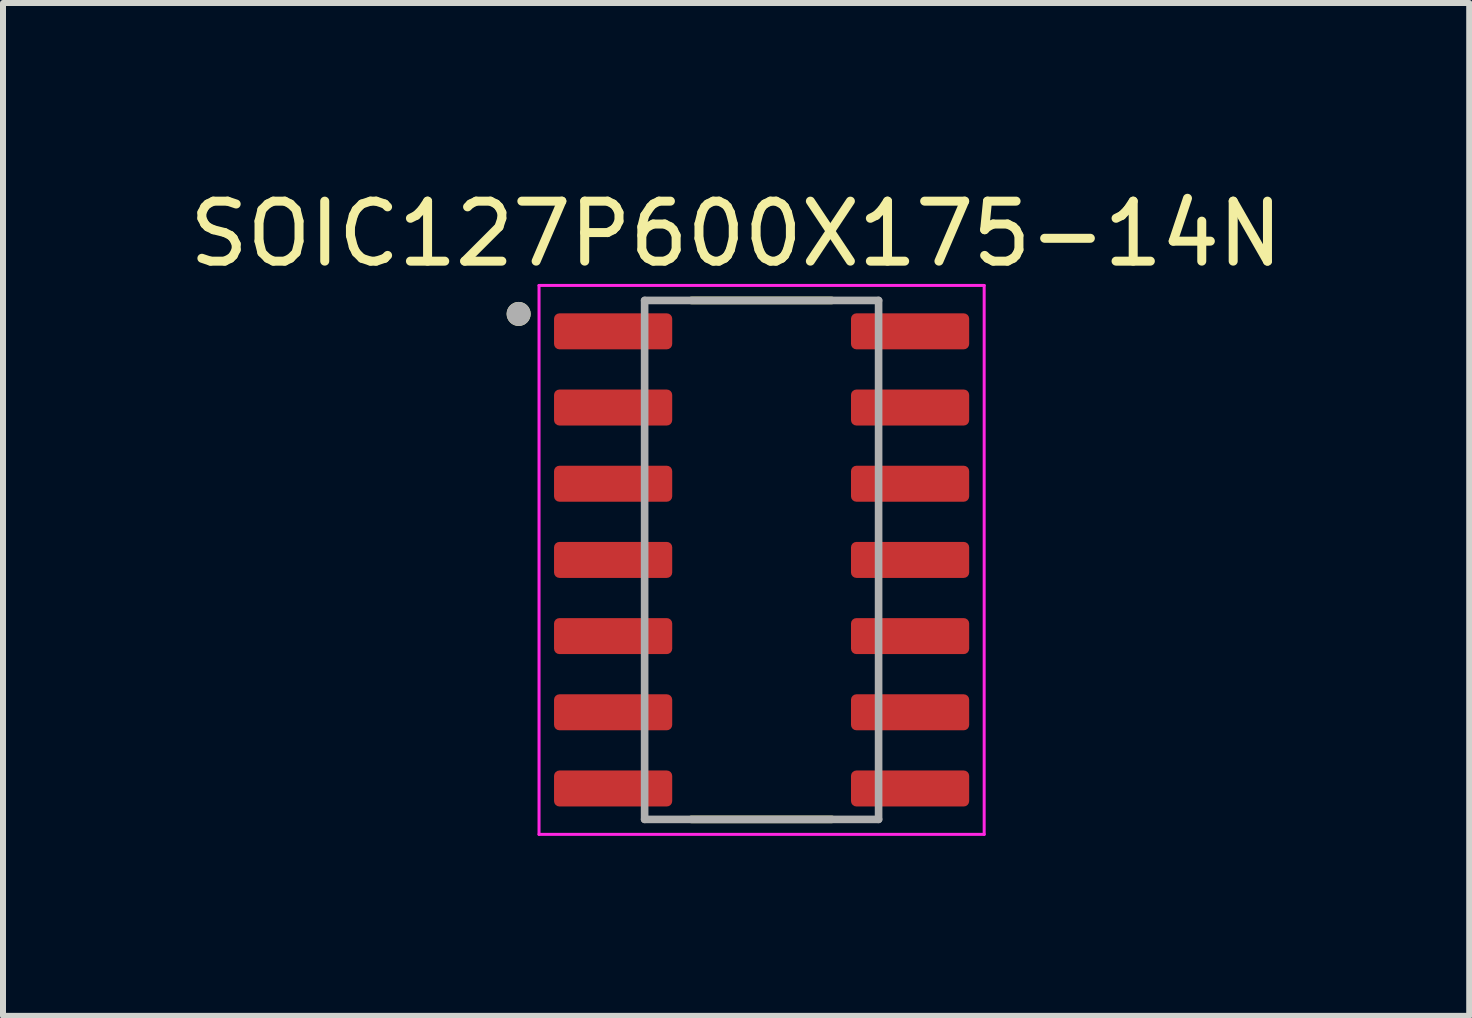
<source format=kicad_pcb>
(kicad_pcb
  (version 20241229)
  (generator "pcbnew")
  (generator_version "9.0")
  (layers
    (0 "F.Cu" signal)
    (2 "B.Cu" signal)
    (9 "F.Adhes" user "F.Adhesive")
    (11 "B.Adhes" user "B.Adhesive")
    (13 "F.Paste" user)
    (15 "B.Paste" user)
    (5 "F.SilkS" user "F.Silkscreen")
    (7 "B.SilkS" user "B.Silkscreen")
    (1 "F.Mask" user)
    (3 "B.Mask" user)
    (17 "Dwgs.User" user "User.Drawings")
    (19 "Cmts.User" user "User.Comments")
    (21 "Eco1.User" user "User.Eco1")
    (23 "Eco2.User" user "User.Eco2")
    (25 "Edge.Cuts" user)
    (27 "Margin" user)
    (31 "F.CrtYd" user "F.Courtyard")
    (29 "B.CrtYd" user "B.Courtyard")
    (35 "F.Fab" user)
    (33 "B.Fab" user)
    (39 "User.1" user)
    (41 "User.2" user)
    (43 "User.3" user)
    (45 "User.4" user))
  (footprint "SOIC127P600X175-14N"
    (layer "F.Cu")
    (at 9.645 6.283)
    (property "Reference" "SOIC127P600X175-14N" (at -0.425 -5.435 0) (layer "F.SilkS") (effects (font (size 1 1) (thickness 0.15))))
    (attr smd)
    (fp_line (start -1.17 -4.325) (end 1.17 -4.325) (stroke (width 0.127) (type solid)) (layer "F.SilkS"))
    (fp_line (start -1.17 4.325) (end 1.17 4.325) (stroke (width 0.127) (type solid)) (layer "F.SilkS"))
    (fp_circle (center -4.05 -4.1) (end -3.95 -4.1) (stroke (width 0.2) (type solid)) (fill no) (layer "F.SilkS"))
    (fp_line (start -3.71 -4.575) (end 3.71 -4.575) (stroke (width 0.05) (type solid)) (layer "F.CrtYd"))
    (fp_line (start -3.71 4.575) (end -3.71 -4.575) (stroke (width 0.05) (type solid)) (layer "F.CrtYd"))
    (fp_line (start 3.71 -4.575) (end 3.71 4.575) (stroke (width 0.05) (type solid)) (layer "F.CrtYd"))
    (fp_line (start 3.71 4.575) (end -3.71 4.575) (stroke (width 0.05) (type solid)) (layer "F.CrtYd"))
    (fp_line (start -1.95 -4.325) (end 1.95 -4.325) (stroke (width 0.127) (type solid)) (layer "F.Fab"))
    (fp_line (start -1.95 4.325) (end -1.95 -4.325) (stroke (width 0.127) (type solid)) (layer "F.Fab"))
    (fp_line (start 1.95 -4.325) (end 1.95 4.325) (stroke (width 0.127) (type solid)) (layer "F.Fab"))
    (fp_line (start 1.95 4.325) (end -1.95 4.325) (stroke (width 0.127) (type solid)) (layer "F.Fab"))
    (fp_circle (center -4.05 -4.1) (end -3.95 -4.1) (stroke (width 0.2) (type solid)) (fill no) (layer "F.Fab"))
    (pad "1" smd roundrect (at -2.475 -3.81) (size 1.97 0.6) (layers "F.Cu" "F.Mask" "F.Paste") (roundrect_rratio 0.15))
    (pad "2" smd roundrect (at -2.475 -2.54) (size 1.97 0.6) (layers "F.Cu" "F.Mask" "F.Paste") (roundrect_rratio 0.15))
    (pad "3" smd roundrect (at -2.475 -1.27) (size 1.97 0.6) (layers "F.Cu" "F.Mask" "F.Paste") (roundrect_rratio 0.15))
    (pad "4" smd roundrect (at -2.475 0) (size 1.97 0.6) (layers "F.Cu" "F.Mask" "F.Paste") (roundrect_rratio 0.15))
    (pad "5" smd roundrect (at -2.475 1.27) (size 1.97 0.6) (layers "F.Cu" "F.Mask" "F.Paste") (roundrect_rratio 0.15))
    (pad "6" smd roundrect (at -2.475 2.54) (size 1.97 0.6) (layers "F.Cu" "F.Mask" "F.Paste") (roundrect_rratio 0.15))
    (pad "7" smd roundrect (at -2.475 3.81) (size 1.97 0.6) (layers "F.Cu" "F.Mask" "F.Paste") (roundrect_rratio 0.15))
    (pad "8" smd roundrect (at 2.475 3.81) (size 1.97 0.6) (layers "F.Cu" "F.Mask" "F.Paste") (roundrect_rratio 0.15))
    (pad "9" smd roundrect (at 2.475 2.54) (size 1.97 0.6) (layers "F.Cu" "F.Mask" "F.Paste") (roundrect_rratio 0.15))
    (pad "10" smd roundrect (at 2.475 1.27) (size 1.97 0.6) (layers "F.Cu" "F.Mask" "F.Paste") (roundrect_rratio 0.15))
    (pad "11" smd roundrect (at 2.475 0) (size 1.97 0.6) (layers "F.Cu" "F.Mask" "F.Paste") (roundrect_rratio 0.15))
    (pad "12" smd roundrect (at 2.475 -1.27) (size 1.97 0.6) (layers "F.Cu" "F.Mask" "F.Paste") (roundrect_rratio 0.15))
    (pad "13" smd roundrect (at 2.475 -2.54) (size 1.97 0.6) (layers "F.Cu" "F.Mask" "F.Paste") (roundrect_rratio 0.15))
    (pad "14" smd roundrect (at 2.475 -3.81) (size 1.97 0.6) (layers "F.Cu" "F.Mask" "F.Paste") (roundrect_rratio 0.15)))
  (gr_rect
    (start -3 -3)
    (end 21.44 13.883)
    (stroke (width 0.1) (type default))
    (fill no)
    (layer "Edge.Cuts")))
</source>
